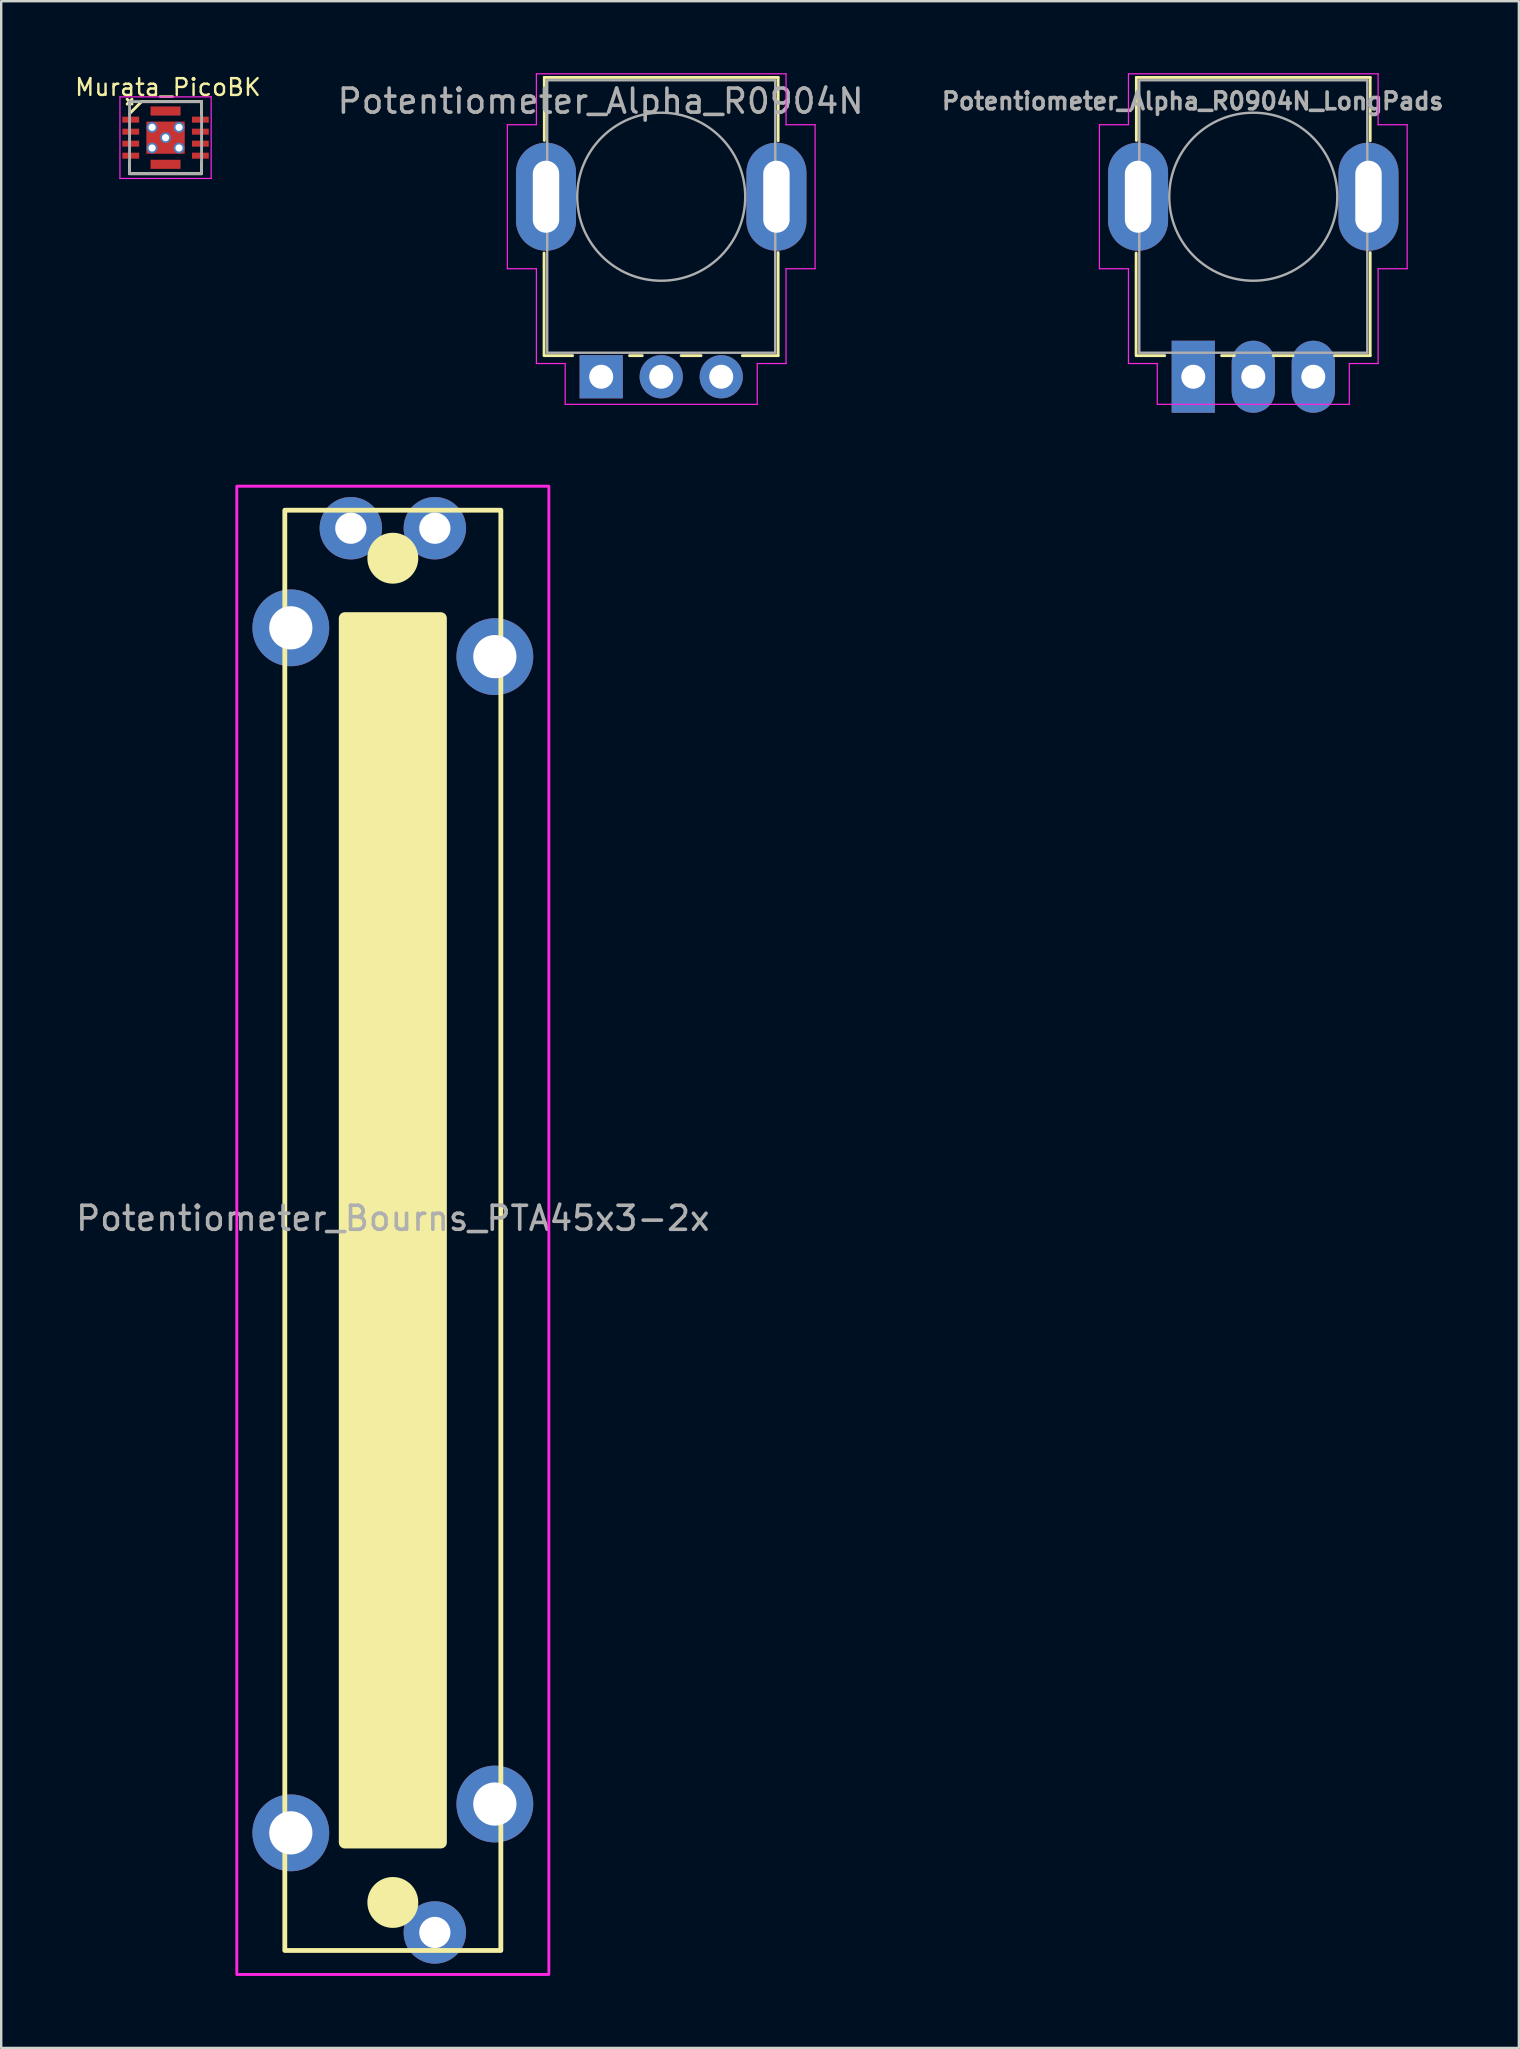
<source format=kicad_pcb>
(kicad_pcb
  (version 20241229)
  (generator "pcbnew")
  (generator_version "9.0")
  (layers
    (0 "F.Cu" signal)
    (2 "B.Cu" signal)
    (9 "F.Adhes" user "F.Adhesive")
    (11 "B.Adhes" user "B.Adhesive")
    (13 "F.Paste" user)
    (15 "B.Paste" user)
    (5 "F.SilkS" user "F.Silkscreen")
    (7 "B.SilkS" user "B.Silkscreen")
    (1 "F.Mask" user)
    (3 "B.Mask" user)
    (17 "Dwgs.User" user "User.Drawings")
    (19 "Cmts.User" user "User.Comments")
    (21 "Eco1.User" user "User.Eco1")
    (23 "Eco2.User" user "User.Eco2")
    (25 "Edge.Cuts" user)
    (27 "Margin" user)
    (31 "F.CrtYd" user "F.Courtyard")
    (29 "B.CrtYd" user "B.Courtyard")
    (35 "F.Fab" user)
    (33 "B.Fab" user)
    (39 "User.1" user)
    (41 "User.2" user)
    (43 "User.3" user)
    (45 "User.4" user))
  (footprint "Potentiometer_Alpha_R0904N_LongPads"
    (layer "F.Cu")
    (at 49.161 5.145)
    (property "Reference" "Potentiometer_Alpha_R0904N_LongPads" (at -2.525 -3.98 0) (layer "F.Fab") (effects (font (size 0.7 0.7) (thickness 0.15))))
    (attr through_hole)
    (fp_line (start -4.88 6.62) (end -4.88 2.346) (stroke (width 0.12) (type solid)) (layer "F.SilkS"))
    (fp_line (start -4.87 -2.345) (end -4.87 -4.97) (stroke (width 0.12) (type solid)) (layer "F.SilkS"))
    (fp_line (start -3.69 6.62) (end -4.87 6.62) (stroke (width 0.12) (type solid)) (layer "F.SilkS"))
    (fp_line (start -0.79 6.62) (end -1.32 6.62) (stroke (width 0.12) (type solid)) (layer "F.SilkS"))
    (fp_line (start 1.66 6.62) (end 0.83 6.62) (stroke (width 0.12) (type solid)) (layer "F.SilkS"))
    (fp_line (start 4.87 -4.97) (end -4.87 -4.97) (stroke (width 0.12) (type solid)) (layer "F.SilkS"))
    (fp_line (start 4.87 -2.33) (end 4.87 -4.97) (stroke (width 0.12) (type solid)) (layer "F.SilkS"))
    (fp_line (start 4.87 6.62) (end 3.38 6.62) (stroke (width 0.12) (type solid)) (layer "F.SilkS"))
    (fp_line (start 4.87 6.62) (end 4.87 2.326) (stroke (width 0.12) (type solid)) (layer "F.SilkS"))
    (fp_line (start -6.41 -3) (end -6.41 3) (stroke (width 0.05) (type solid)) (layer "F.CrtYd"))
    (fp_line (start -6.41 -3) (end -5.2 -3) (stroke (width 0.05) (type solid)) (layer "F.CrtYd"))
    (fp_line (start -5.2 -3) (end -5.2 -5.12) (stroke (width 0.05) (type solid)) (layer "F.CrtYd"))
    (fp_line (start -5.2 3) (end -6.41 3) (stroke (width 0.05) (type solid)) (layer "F.CrtYd"))
    (fp_line (start -5.2 6.95) (end -5.2 3) (stroke (width 0.05) (type solid)) (layer "F.CrtYd"))
    (fp_line (start -5.2 6.95) (end -4 6.95) (stroke (width 0.05) (type solid)) (layer "F.CrtYd"))
    (fp_line (start -4 8.65) (end -4 6.95) (stroke (width 0.05) (type solid)) (layer "F.CrtYd"))
    (fp_line (start -4 8.65) (end 4 8.65) (stroke (width 0.05) (type solid)) (layer "F.CrtYd"))
    (fp_line (start 4 6.95) (end 5.2 6.95) (stroke (width 0.05) (type solid)) (layer "F.CrtYd"))
    (fp_line (start 4 8.65) (end 4 6.95) (stroke (width 0.05) (type solid)) (layer "F.CrtYd"))
    (fp_line (start 5.2 -5.12) (end -5.2 -5.12) (stroke (width 0.05) (type solid)) (layer "F.CrtYd"))
    (fp_line (start 5.2 -3) (end 5.2 -5.12) (stroke (width 0.05) (type solid)) (layer "F.CrtYd"))
    (fp_line (start 5.2 -3) (end 6.41 -3) (stroke (width 0.05) (type solid)) (layer "F.CrtYd"))
    (fp_line (start 5.2 3) (end 6.41 3) (stroke (width 0.05) (type solid)) (layer "F.CrtYd"))
    (fp_line (start 5.2 6.95) (end 5.2 3) (stroke (width 0.05) (type solid)) (layer "F.CrtYd"))
    (fp_line (start 6.41 3) (end 6.41 -3) (stroke (width 0.05) (type solid)) (layer "F.CrtYd"))
    (fp_line (start -4.75 6.5) (end -4.75 -4.85) (stroke (width 0.1) (type solid)) (layer "F.Fab"))
    (fp_line (start 4.75 -4.85) (end -4.75 -4.85) (stroke (width 0.1) (type solid)) (layer "F.Fab"))
    (fp_line (start 4.75 6.5) (end -4.75 6.5) (stroke (width 0.1) (type solid)) (layer "F.Fab"))
    (fp_line (start 4.75 6.5) (end 4.75 -4.85) (stroke (width 0.1) (type solid)) (layer "F.Fab"))
    (fp_circle (center 0 0) (end -3.5 0) (stroke (width 0.1) (type solid)) (fill no) (layer "F.Fab"))
    (pad "" thru_hole oval (at -4.8 0 180) (size 2.5 4.5) (drill oval 1.1 3) (layers "*.Cu" "*.Mask"))
    (pad "" thru_hole oval (at 4.8 0 180) (size 2.5 4.5) (drill oval 1.1 3) (layers "*.Cu" "*.Mask"))
    (pad "1" thru_hole rect (at -2.5 7.5 180) (size 1.8 3) (drill 1) (layers "*.Cu" "*.Mask"))
    (pad "2" thru_hole oval (at 0 7.5 180) (size 1.8 3) (drill 1) (layers "*.Cu" "*.Mask"))
    (pad "3" thru_hole oval (at 2.5 7.5 180) (size 1.8 3) (drill 1) (layers "*.Cu" "*.Mask")))
  (footprint "Murata_PicoBK"
    (layer "F.Cu")
    (at 3.847 2.685)
    (property "Reference" "Murata_PicoBK" (at 0.1 -2.1 0) (layer "F.SilkS") (effects (font (size 0.7 0.7) (thickness 0.1))))
    (attr through_hole)
    (fp_line (start -1.6 -1.6) (end -1.4 -1.4) (stroke (width 0.12) (type solid)) (layer "F.SilkS"))
    (fp_line (start -1.6 -1.4) (end -1.4 -1.6) (stroke (width 0.12) (type solid)) (layer "F.SilkS"))
    (fp_line (start -1.5 -1) (end -1 -1.5) (stroke (width 0.12) (type solid)) (layer "F.SilkS"))
    (fp_line (start -1.5 1) (end -1.5 1.5) (stroke (width 0.12) (type solid)) (layer "F.SilkS"))
    (fp_line (start -1.5 1.5) (end 1.5 1.5) (stroke (width 0.12) (type solid)) (layer "F.SilkS"))
    (fp_line (start -1 -1.5) (end 1.5 -1.5) (stroke (width 0.12) (type solid)) (layer "F.SilkS"))
    (fp_line (start 1.5 -1.5) (end 1.5 -1) (stroke (width 0.12) (type solid)) (layer "F.SilkS"))
    (fp_line (start 1.5 1.5) (end 1.5 1) (stroke (width 0.12) (type solid)) (layer "F.SilkS"))
    (fp_poly (pts (xy -0.6 -0.1) (xy -0.6 -0.5) (xy -0.1 -0.5) (xy -0.1 -0.1)) (stroke (width 0.1) (type solid)) (fill yes) (layer "F.Paste"))
    (fp_poly (pts (xy -0.6 0.5) (xy -0.6 0.1) (xy -0.1 0.1) (xy -0.1 0.5)) (stroke (width 0.1) (type solid)) (fill yes) (layer "F.Paste"))
    (fp_poly (pts (xy 0.1 -0.1) (xy 0.1 -0.5) (xy 0.6 -0.5) (xy 0.6 -0.1)) (stroke (width 0.1) (type solid)) (fill yes) (layer "F.Paste"))
    (fp_poly (pts (xy 0.1 0.5) (xy 0.1 0.1) (xy 0.6 0.1) (xy 0.6 0.5)) (stroke (width 0.1) (type solid)) (fill yes) (layer "F.Paste"))
    (fp_line (start -1.9 -1.7) (end -1.9 1.7) (stroke (width 0.05) (type solid)) (layer "F.CrtYd"))
    (fp_line (start -1.9 1.7) (end 1.9 1.7) (stroke (width 0.05) (type solid)) (layer "F.CrtYd"))
    (fp_line (start 1.9 -1.7) (end -1.9 -1.7) (stroke (width 0.05) (type solid)) (layer "F.CrtYd"))
    (fp_line (start 1.9 1.7) (end 1.9 -1.7) (stroke (width 0.05) (type solid)) (layer "F.CrtYd"))
    (fp_line (start -1.5 -1.5) (end 1.5 -1.5) (stroke (width 0.12) (type solid)) (layer "F.Fab"))
    (fp_line (start -1.5 1.5) (end -1.5 -1.5) (stroke (width 0.12) (type solid)) (layer "F.Fab"))
    (fp_line (start 1.5 -1.5) (end 1.5 1.5) (stroke (width 0.12) (type solid)) (layer "F.Fab"))
    (fp_line (start 1.5 1.5) (end -1.5 1.5) (stroke (width 0.12) (type solid)) (layer "F.Fab"))
    (pad "1" smd rect (at -1.45 -0.75 270) (size 0.25 0.7) (layers "F.Cu" "F.Mask" "F.Paste"))
    (pad "2" smd rect (at -1.45 -0.25 270) (size 0.25 0.7) (layers "F.Cu" "F.Mask" "F.Paste"))
    (pad "2" thru_hole circle (at -0.56 -0.43 90) (size 0.45 0.45) (drill 0.3) (layers "*.Cu" "*.Mask"))
    (pad "2" thru_hole circle (at -0.56 0.43 90) (size 0.45 0.45) (drill 0.3) (layers "*.Cu" "*.Mask"))
    (pad "2" thru_hole circle (at 0 0 90) (size 0.45 0.45) (drill 0.3) (layers "*.Cu" "*.Mask"))
    (pad "2" smd rect (at 0 0 270) (size 1.34 1.6) (layers "F.Cu" "F.Mask"))
    (pad "2" thru_hole circle (at 0.56 -0.43 90) (size 0.45 0.45) (drill 0.3) (layers "*.Cu" "*.Mask"))
    (pad "2" thru_hole circle (at 0.56 0.43 90) (size 0.45 0.45) (drill 0.3) (layers "*.Cu" "*.Mask"))
    (pad "3" smd rect (at -1.45 0.25 270) (size 0.25 0.7) (layers "F.Cu" "F.Mask" "F.Paste"))
    (pad "4" smd rect (at -1.45 0.75 270) (size 0.25 0.7) (layers "F.Cu" "F.Mask" "F.Paste"))
    (pad "5" smd rect (at 1.45 0.75 270) (size 0.25 0.7) (layers "F.Cu" "F.Mask" "F.Paste"))
    (pad "6" smd rect (at 1.45 0.25 270) (size 0.25 0.7) (layers "F.Cu" "F.Mask" "F.Paste"))
    (pad "7" smd rect (at 1.45 -0.25 270) (size 0.25 0.7) (layers "F.Cu" "F.Mask" "F.Paste"))
    (pad "8" smd rect (at 1.45 -0.75 270) (size 0.25 0.7) (layers "F.Cu" "F.Mask" "F.Paste"))
    (pad "9" smd rect (at 0 -1.11 270) (size 0.38 1.25) (layers "F.Cu" "F.Mask" "F.Paste"))
    (pad "10" smd rect (at 0 1.11 270) (size 0.38 1.25) (layers "F.Cu" "F.Mask" "F.Paste")))
  (footprint "Potentiometer_Alpha_R0904N"
    (layer "F.Cu")
    (at 24.496 5.145)
    (property "Reference" "Potentiometer_Alpha_R0904N" (at -2.525 -3.98 0) (layer "F.Fab") (effects (font (size 1 1) (thickness 0.15))))
    (attr through_hole)
    (fp_line (start -4.88 6.62) (end -4.88 2.346) (stroke (width 0.12) (type solid)) (layer "F.SilkS"))
    (fp_line (start -4.87 -2.345) (end -4.87 -4.97) (stroke (width 0.12) (type solid)) (layer "F.SilkS"))
    (fp_line (start -3.69 6.62) (end -4.87 6.62) (stroke (width 0.12) (type solid)) (layer "F.SilkS"))
    (fp_line (start -0.79 6.62) (end -1.32 6.62) (stroke (width 0.12) (type solid)) (layer "F.SilkS"))
    (fp_line (start 1.66 6.62) (end 0.83 6.62) (stroke (width 0.12) (type solid)) (layer "F.SilkS"))
    (fp_line (start 4.87 -4.97) (end -4.87 -4.97) (stroke (width 0.12) (type solid)) (layer "F.SilkS"))
    (fp_line (start 4.87 -2.33) (end 4.87 -4.97) (stroke (width 0.12) (type solid)) (layer "F.SilkS"))
    (fp_line (start 4.87 6.62) (end 3.38 6.62) (stroke (width 0.12) (type solid)) (layer "F.SilkS"))
    (fp_line (start 4.87 6.62) (end 4.87 2.326) (stroke (width 0.12) (type solid)) (layer "F.SilkS"))
    (fp_line (start -6.41 -3) (end -6.41 3) (stroke (width 0.05) (type solid)) (layer "F.CrtYd"))
    (fp_line (start -6.41 -3) (end -5.2 -3) (stroke (width 0.05) (type solid)) (layer "F.CrtYd"))
    (fp_line (start -5.2 -3) (end -5.2 -5.12) (stroke (width 0.05) (type solid)) (layer "F.CrtYd"))
    (fp_line (start -5.2 3) (end -6.41 3) (stroke (width 0.05) (type solid)) (layer "F.CrtYd"))
    (fp_line (start -5.2 6.95) (end -5.2 3) (stroke (width 0.05) (type solid)) (layer "F.CrtYd"))
    (fp_line (start -5.2 6.95) (end -4 6.95) (stroke (width 0.05) (type solid)) (layer "F.CrtYd"))
    (fp_line (start -4 8.65) (end -4 6.95) (stroke (width 0.05) (type solid)) (layer "F.CrtYd"))
    (fp_line (start -4 8.65) (end 4 8.65) (stroke (width 0.05) (type solid)) (layer "F.CrtYd"))
    (fp_line (start 4 6.95) (end 5.2 6.95) (stroke (width 0.05) (type solid)) (layer "F.CrtYd"))
    (fp_line (start 4 8.65) (end 4 6.95) (stroke (width 0.05) (type solid)) (layer "F.CrtYd"))
    (fp_line (start 5.2 -5.12) (end -5.2 -5.12) (stroke (width 0.05) (type solid)) (layer "F.CrtYd"))
    (fp_line (start 5.2 -3) (end 5.2 -5.12) (stroke (width 0.05) (type solid)) (layer "F.CrtYd"))
    (fp_line (start 5.2 -3) (end 6.41 -3) (stroke (width 0.05) (type solid)) (layer "F.CrtYd"))
    (fp_line (start 5.2 3) (end 6.41 3) (stroke (width 0.05) (type solid)) (layer "F.CrtYd"))
    (fp_line (start 5.2 6.95) (end 5.2 3) (stroke (width 0.05) (type solid)) (layer "F.CrtYd"))
    (fp_line (start 6.41 3) (end 6.41 -3) (stroke (width 0.05) (type solid)) (layer "F.CrtYd"))
    (fp_line (start -4.75 6.5) (end -4.75 -4.85) (stroke (width 0.1) (type solid)) (layer "F.Fab"))
    (fp_line (start 4.75 -4.85) (end -4.75 -4.85) (stroke (width 0.1) (type solid)) (layer "F.Fab"))
    (fp_line (start 4.75 6.5) (end -4.75 6.5) (stroke (width 0.1) (type solid)) (layer "F.Fab"))
    (fp_line (start 4.75 6.5) (end 4.75 -4.85) (stroke (width 0.1) (type solid)) (layer "F.Fab"))
    (fp_circle (center 0 0) (end -3.5 0) (stroke (width 0.1) (type solid)) (fill no) (layer "F.Fab"))
    (pad "" thru_hole oval (at -4.8 0 180) (size 2.5 4.5) (drill oval 1.1 3) (layers "*.Cu" "*.Mask"))
    (pad "" thru_hole oval (at 4.8 0 180) (size 2.5 4.5) (drill oval 1.1 3) (layers "*.Cu" "*.Mask"))
    (pad "1" thru_hole rect (at -2.5 7.5 180) (size 1.8 1.8) (drill 1) (layers "*.Cu" "*.Mask"))
    (pad "2" thru_hole circle (at 0 7.5 180) (size 1.8 1.8) (drill 1) (layers "*.Cu" "*.Mask"))
    (pad "3" thru_hole circle (at 2.5 7.5 180) (size 1.8 1.8) (drill 1) (layers "*.Cu" "*.Mask")))
  (footprint "Potentiometer_Bourns_PTA45x3-2x"
    (layer "F.Cu")
    (at 13.315 48.205)
    (property "Reference" "Potentiometer_Bourns_PTA45x3-2x" (at 0 -0.5 0) (unlocked yes) (layer "F.Fab") (effects (font (size 1 1) (thickness 0.15))))
    (attr through_hole)
    (fp_rect (start -4.5 -30) (end 4.5 30) (stroke (width 0.2) (type solid)) (fill no) (layer "F.SilkS"))
    (fp_rect (start -2 -25.5) (end 2 25.5) (stroke (width 0.5) (type solid)) (fill yes) (layer "F.SilkS"))
    (fp_circle (center 0 -28) (end 1 -28) (stroke (width 0.12) (type solid)) (fill yes) (layer "F.SilkS"))
    (fp_circle (center 0 28) (end 1 28) (stroke (width 0.12) (type solid)) (fill yes) (layer "F.SilkS"))
    (fp_rect (start -6.5 -31) (end 6.5 31) (stroke (width 0.12) (type solid)) (fill no) (layer "F.CrtYd"))
    (pad "" thru_hole circle (at -4.25 -25.1) (size 3.2 3.2) (drill 1.8) (layers "*.Cu" "*.Mask"))
    (pad "" thru_hole circle (at -4.25 25.1) (size 3.2 3.2) (drill 1.8) (layers "*.Cu" "*.Mask"))
    (pad "" thru_hole circle (at 4.25 -23.9) (size 3.2 3.2) (drill 1.8) (layers "*.Cu" "*.Mask"))
    (pad "" thru_hole circle (at 4.25 23.9) (size 3.2 3.2) (drill 1.8) (layers "*.Cu" "*.Mask"))
    (pad "1" thru_hole circle (at 1.75 -29.25) (size 2.6 2.6) (drill 1.3) (layers "*.Cu" "*.Mask"))
    (pad "2" thru_hole circle (at -1.75 -29.25) (size 2.6 2.6) (drill 1.3) (layers "*.Cu" "*.Mask"))
    (pad "3" thru_hole circle (at 1.75 29.25) (size 2.6 2.6) (drill 1.3) (layers "*.Cu" "*.Mask")))
  (gr_rect
    (start -3 -3)
    (end 60.225 82.265)
    (stroke (width 0.1) (type default))
    (fill no)
    (layer "Edge.Cuts")))
</source>
